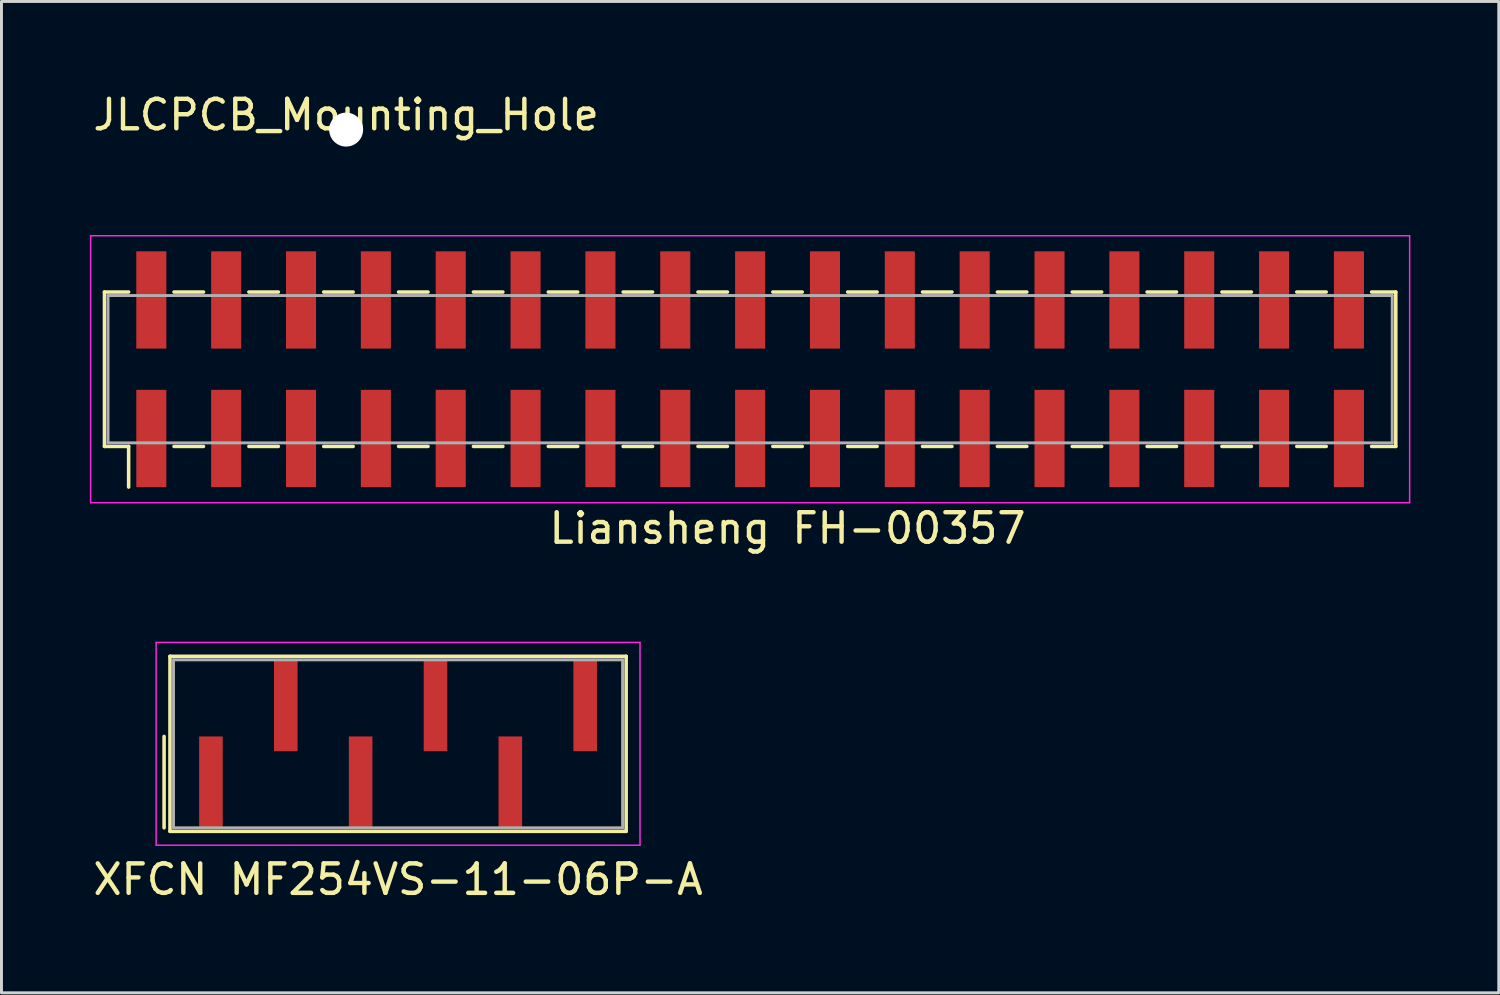
<source format=kicad_pcb>
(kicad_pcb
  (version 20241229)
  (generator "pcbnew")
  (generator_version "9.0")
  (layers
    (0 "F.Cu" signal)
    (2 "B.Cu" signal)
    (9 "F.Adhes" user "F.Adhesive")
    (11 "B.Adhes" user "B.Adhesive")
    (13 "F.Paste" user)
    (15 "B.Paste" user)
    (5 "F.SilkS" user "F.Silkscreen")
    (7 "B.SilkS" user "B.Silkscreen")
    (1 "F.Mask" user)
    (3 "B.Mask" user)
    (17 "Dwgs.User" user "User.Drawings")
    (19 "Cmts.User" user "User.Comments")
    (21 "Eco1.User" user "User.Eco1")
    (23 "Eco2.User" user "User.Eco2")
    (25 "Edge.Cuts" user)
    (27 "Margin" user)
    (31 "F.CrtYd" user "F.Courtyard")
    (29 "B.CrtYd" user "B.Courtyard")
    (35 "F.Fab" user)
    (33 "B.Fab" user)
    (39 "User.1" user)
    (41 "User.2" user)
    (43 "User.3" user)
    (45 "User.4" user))
  (footprint "JLCPCB_Mounting_Hole"
    (layer "F.Cu")
    (at 8.696 1.348)
    (property "Reference" "JLCPCB_Mounting_Hole" (at 0 -0.5 0) (unlocked yes) (layer "F.SilkS") (effects (font (size 1 1) (thickness 0.15))))
    (attr through_hole board_only exclude_from_pos_files exclude_from_bom)
    (pad "" np_thru_hole circle (at 0 0) (size 1.152 1.152) (drill 1.152) (layers "*.Cu" "*.Mask")))
  (footprint "Liansheng FH-00357"
    (layer "F.Cu")
    (at 2.085 11.829)
    (property "Reference" "Liansheng FH-00357" (at 21.59 3.048 0) (unlocked yes) (layer "F.SilkS") (effects (font (size 1 1) (thickness 0.15))))
    (attr smd)
    (fp_line (start -1.59 -4.97) (end -0.77 -4.97) (stroke (width 0.12) (type solid)) (layer "F.SilkS"))
    (fp_line (start -1.59 0.27) (end -1.59 -4.97) (stroke (width 0.12) (type solid)) (layer "F.SilkS"))
    (fp_line (start -1.59 0.27) (end -0.77 0.27) (stroke (width 0.12) (type solid)) (layer "F.SilkS"))
    (fp_line (start -0.77 0.27) (end -0.77 1.65) (stroke (width 0.12) (type solid)) (layer "F.SilkS"))
    (fp_line (start 0.77 -4.97) (end 1.77 -4.97) (stroke (width 0.12) (type solid)) (layer "F.SilkS"))
    (fp_line (start 0.77 0.27) (end 1.77 0.27) (stroke (width 0.12) (type solid)) (layer "F.SilkS"))
    (fp_line (start 3.31 -4.97) (end 4.31 -4.97) (stroke (width 0.12) (type solid)) (layer "F.SilkS"))
    (fp_line (start 3.31 0.27) (end 4.31 0.27) (stroke (width 0.12) (type solid)) (layer "F.SilkS"))
    (fp_line (start 5.85 -4.97) (end 6.85 -4.97) (stroke (width 0.12) (type solid)) (layer "F.SilkS"))
    (fp_line (start 5.85 0.27) (end 6.85 0.27) (stroke (width 0.12) (type solid)) (layer "F.SilkS"))
    (fp_line (start 8.39 -4.97) (end 9.39 -4.97) (stroke (width 0.12) (type solid)) (layer "F.SilkS"))
    (fp_line (start 8.39 0.27) (end 9.39 0.27) (stroke (width 0.12) (type solid)) (layer "F.SilkS"))
    (fp_line (start 10.93 -4.97) (end 11.93 -4.97) (stroke (width 0.12) (type solid)) (layer "F.SilkS"))
    (fp_line (start 10.93 0.27) (end 11.93 0.27) (stroke (width 0.12) (type solid)) (layer "F.SilkS"))
    (fp_line (start 13.47 -4.97) (end 14.47 -4.97) (stroke (width 0.12) (type solid)) (layer "F.SilkS"))
    (fp_line (start 13.47 0.27) (end 14.47 0.27) (stroke (width 0.12) (type solid)) (layer "F.SilkS"))
    (fp_line (start 16.01 -4.97) (end 17.01 -4.97) (stroke (width 0.12) (type solid)) (layer "F.SilkS"))
    (fp_line (start 16.01 0.27) (end 17.01 0.27) (stroke (width 0.12) (type solid)) (layer "F.SilkS"))
    (fp_line (start 18.55 -4.97) (end 19.55 -4.97) (stroke (width 0.12) (type solid)) (layer "F.SilkS"))
    (fp_line (start 18.55 0.27) (end 19.55 0.27) (stroke (width 0.12) (type solid)) (layer "F.SilkS"))
    (fp_line (start 21.09 -4.97) (end 22.09 -4.97) (stroke (width 0.12) (type solid)) (layer "F.SilkS"))
    (fp_line (start 21.09 0.27) (end 22.09 0.27) (stroke (width 0.12) (type solid)) (layer "F.SilkS"))
    (fp_line (start 23.63 -4.97) (end 24.63 -4.97) (stroke (width 0.12) (type solid)) (layer "F.SilkS"))
    (fp_line (start 23.63 0.27) (end 24.63 0.27) (stroke (width 0.12) (type solid)) (layer "F.SilkS"))
    (fp_line (start 26.17 -4.97) (end 27.17 -4.97) (stroke (width 0.12) (type solid)) (layer "F.SilkS"))
    (fp_line (start 26.17 0.27) (end 27.17 0.27) (stroke (width 0.12) (type solid)) (layer "F.SilkS"))
    (fp_line (start 28.71 -4.97) (end 29.71 -4.97) (stroke (width 0.12) (type solid)) (layer "F.SilkS"))
    (fp_line (start 28.71 0.27) (end 29.71 0.27) (stroke (width 0.12) (type solid)) (layer "F.SilkS"))
    (fp_line (start 31.25 -4.97) (end 32.25 -4.97) (stroke (width 0.12) (type solid)) (layer "F.SilkS"))
    (fp_line (start 31.25 0.27) (end 32.25 0.27) (stroke (width 0.12) (type solid)) (layer "F.SilkS"))
    (fp_line (start 33.79 -4.97) (end 34.79 -4.97) (stroke (width 0.12) (type solid)) (layer "F.SilkS"))
    (fp_line (start 33.79 0.27) (end 34.79 0.27) (stroke (width 0.12) (type solid)) (layer "F.SilkS"))
    (fp_line (start 36.33 -4.97) (end 37.33 -4.97) (stroke (width 0.12) (type solid)) (layer "F.SilkS"))
    (fp_line (start 36.33 0.27) (end 37.33 0.27) (stroke (width 0.12) (type solid)) (layer "F.SilkS"))
    (fp_line (start 38.87 -4.97) (end 39.87 -4.97) (stroke (width 0.12) (type solid)) (layer "F.SilkS"))
    (fp_line (start 38.87 0.27) (end 39.87 0.27) (stroke (width 0.12) (type solid)) (layer "F.SilkS"))
    (fp_line (start 41.41 -4.97) (end 42.23 -4.97) (stroke (width 0.12) (type solid)) (layer "F.SilkS"))
    (fp_line (start 41.41 0.27) (end 42.23 0.27) (stroke (width 0.12) (type solid)) (layer "F.SilkS"))
    (fp_line (start 42.23 -4.97) (end 42.23 0.27) (stroke (width 0.12) (type solid)) (layer "F.SilkS"))
    (fp_line (start -2.06 -6.88) (end -2.06 2.18) (stroke (width 0.05) (type solid)) (layer "F.CrtYd"))
    (fp_line (start -2.06 -6.88) (end 42.7 -6.88) (stroke (width 0.05) (type solid)) (layer "F.CrtYd"))
    (fp_line (start -2.06 2.18) (end 42.7 2.18) (stroke (width 0.05) (type solid)) (layer "F.CrtYd"))
    (fp_line (start 42.7 -6.88) (end 42.7 2.18) (stroke (width 0.05) (type solid)) (layer "F.CrtYd"))
    (fp_line (start -1.47 -4.85) (end 42.11 -4.85) (stroke (width 0.1) (type solid)) (layer "F.Fab"))
    (fp_line (start -1.47 0.15) (end -1.47 -4.85) (stroke (width 0.1) (type solid)) (layer "F.Fab"))
    (fp_line (start 42.11 0.15) (end -1.47 0.15) (stroke (width 0.1) (type solid)) (layer "F.Fab"))
    (fp_line (start 42.11 0.15) (end 42.11 -4.85) (stroke (width 0.1) (type solid)) (layer "F.Fab"))
    (pad "1" smd rect (at 0 0) (size 1.02 3.3) (layers "F.Cu" "F.Mask" "F.Paste"))
    (pad "2" smd rect (at 0 -4.7) (size 1.02 3.3) (layers "F.Cu" "F.Mask" "F.Paste"))
    (pad "3" smd rect (at 2.54 0) (size 1.02 3.3) (layers "F.Cu" "F.Mask" "F.Paste"))
    (pad "4" smd rect (at 2.54 -4.7) (size 1.02 3.3) (layers "F.Cu" "F.Mask" "F.Paste"))
    (pad "5" smd rect (at 5.08 0) (size 1.02 3.3) (layers "F.Cu" "F.Mask" "F.Paste"))
    (pad "6" smd rect (at 5.08 -4.7) (size 1.02 3.3) (layers "F.Cu" "F.Mask" "F.Paste"))
    (pad "7" smd rect (at 7.62 0) (size 1.02 3.3) (layers "F.Cu" "F.Mask" "F.Paste"))
    (pad "8" smd rect (at 7.62 -4.7) (size 1.02 3.3) (layers "F.Cu" "F.Mask" "F.Paste"))
    (pad "9" smd rect (at 10.16 0) (size 1.02 3.3) (layers "F.Cu" "F.Mask" "F.Paste"))
    (pad "10" smd rect (at 10.16 -4.7) (size 1.02 3.3) (layers "F.Cu" "F.Mask" "F.Paste"))
    (pad "11" smd rect (at 12.7 0) (size 1.02 3.3) (layers "F.Cu" "F.Mask" "F.Paste"))
    (pad "12" smd rect (at 12.7 -4.7) (size 1.02 3.3) (layers "F.Cu" "F.Mask" "F.Paste"))
    (pad "13" smd rect (at 15.24 0) (size 1.02 3.3) (layers "F.Cu" "F.Mask" "F.Paste"))
    (pad "14" smd rect (at 15.24 -4.7) (size 1.02 3.3) (layers "F.Cu" "F.Mask" "F.Paste"))
    (pad "15" smd rect (at 17.78 0) (size 1.02 3.3) (layers "F.Cu" "F.Mask" "F.Paste"))
    (pad "16" smd rect (at 17.78 -4.7) (size 1.02 3.3) (layers "F.Cu" "F.Mask" "F.Paste"))
    (pad "17" smd rect (at 20.32 0) (size 1.02 3.3) (layers "F.Cu" "F.Mask" "F.Paste"))
    (pad "18" smd rect (at 20.32 -4.7) (size 1.02 3.3) (layers "F.Cu" "F.Mask" "F.Paste"))
    (pad "19" smd rect (at 22.86 0) (size 1.02 3.3) (layers "F.Cu" "F.Mask" "F.Paste"))
    (pad "20" smd rect (at 22.86 -4.7) (size 1.02 3.3) (layers "F.Cu" "F.Mask" "F.Paste"))
    (pad "21" smd rect (at 25.4 0) (size 1.02 3.3) (layers "F.Cu" "F.Mask" "F.Paste"))
    (pad "22" smd rect (at 25.4 -4.7) (size 1.02 3.3) (layers "F.Cu" "F.Mask" "F.Paste"))
    (pad "23" smd rect (at 27.94 0) (size 1.02 3.3) (layers "F.Cu" "F.Mask" "F.Paste"))
    (pad "24" smd rect (at 27.94 -4.7) (size 1.02 3.3) (layers "F.Cu" "F.Mask" "F.Paste"))
    (pad "25" smd rect (at 30.48 0) (size 1.02 3.3) (layers "F.Cu" "F.Mask" "F.Paste"))
    (pad "26" smd rect (at 30.48 -4.7) (size 1.02 3.3) (layers "F.Cu" "F.Mask" "F.Paste"))
    (pad "27" smd rect (at 33.02 0) (size 1.02 3.3) (layers "F.Cu" "F.Mask" "F.Paste"))
    (pad "28" smd rect (at 33.02 -4.7) (size 1.02 3.3) (layers "F.Cu" "F.Mask" "F.Paste"))
    (pad "29" smd rect (at 35.56 0) (size 1.02 3.3) (layers "F.Cu" "F.Mask" "F.Paste"))
    (pad "30" smd rect (at 35.56 -4.7) (size 1.02 3.3) (layers "F.Cu" "F.Mask" "F.Paste"))
    (pad "31" smd rect (at 38.1 0) (size 1.02 3.3) (layers "F.Cu" "F.Mask" "F.Paste"))
    (pad "32" smd rect (at 38.1 -4.7) (size 1.02 3.3) (layers "F.Cu" "F.Mask" "F.Paste"))
    (pad "33" smd rect (at 40.64 0) (size 1.02 3.3) (layers "F.Cu" "F.Mask" "F.Paste"))
    (pad "34" smd rect (at 40.64 -4.7) (size 1.02 3.3) (layers "F.Cu" "F.Mask" "F.Paste")))
  (footprint "XFCN MF254VS-11-06P-A"
    (layer "F.Cu")
    (at 4.108 23.491)
    (property "Reference" "XFCN MF254VS-11-06P-A" (at 6.35 3.302 0) (unlocked yes) (layer "F.SilkS") (effects (font (size 1 1) (thickness 0.15))))
    (attr smd)
    (fp_line (start -1.59 1.55) (end -1.59 -1.55) (stroke (width 0.12) (type solid)) (layer "F.SilkS"))
    (fp_line (start -1.39 -4.27) (end 14.09 -4.27) (stroke (width 0.12) (type solid)) (layer "F.SilkS"))
    (fp_line (start -1.39 1.67) (end -1.39 -4.27) (stroke (width 0.12) (type solid)) (layer "F.SilkS"))
    (fp_line (start -1.39 1.67) (end 14.09 1.67) (stroke (width 0.12) (type solid)) (layer "F.SilkS"))
    (fp_line (start 14.09 1.67) (end 14.09 -4.27) (stroke (width 0.12) (type solid)) (layer "F.SilkS"))
    (fp_line (start -1.86 -4.74) (end -1.86 2.14) (stroke (width 0.05) (type solid)) (layer "F.CrtYd"))
    (fp_line (start -1.86 -4.74) (end 14.56 -4.74) (stroke (width 0.05) (type solid)) (layer "F.CrtYd"))
    (fp_line (start -1.86 2.14) (end 14.56 2.14) (stroke (width 0.05) (type solid)) (layer "F.CrtYd"))
    (fp_line (start 14.56 -4.74) (end 14.56 2.14) (stroke (width 0.05) (type solid)) (layer "F.CrtYd"))
    (fp_line (start -1.27 -4.15) (end 13.97 -4.15) (stroke (width 0.1) (type solid)) (layer "F.Fab"))
    (fp_line (start -1.27 1.55) (end -1.27 -4.15) (stroke (width 0.1) (type solid)) (layer "F.Fab"))
    (fp_line (start -1.27 1.55) (end 13.97 1.55) (stroke (width 0.1) (type solid)) (layer "F.Fab"))
    (fp_line (start 13.97 1.55) (end 13.97 -4.15) (stroke (width 0.1) (type solid)) (layer "F.Fab"))
    (pad "1" smd rect (at 0 0) (size 0.8 3.1) (layers "F.Cu" "F.Mask" "F.Paste"))
    (pad "2" smd rect (at 2.54 -2.6) (size 0.8 3.1) (layers "F.Cu" "F.Mask" "F.Paste"))
    (pad "3" smd rect (at 5.08 0) (size 0.8 3.1) (layers "F.Cu" "F.Mask" "F.Paste"))
    (pad "4" smd rect (at 7.62 -2.6) (size 0.8 3.1) (layers "F.Cu" "F.Mask" "F.Paste"))
    (pad "5" smd rect (at 10.16 0) (size 0.8 3.1) (layers "F.Cu" "F.Mask" "F.Paste"))
    (pad "6" smd rect (at 12.7 -2.6) (size 0.8 3.1) (layers "F.Cu" "F.Mask" "F.Paste")))
  (gr_rect
    (start -3 -3)
    (end 47.81 30.641)
    (stroke (width 0.1) (type default))
    (fill no)
    (layer "Edge.Cuts")))
</source>
